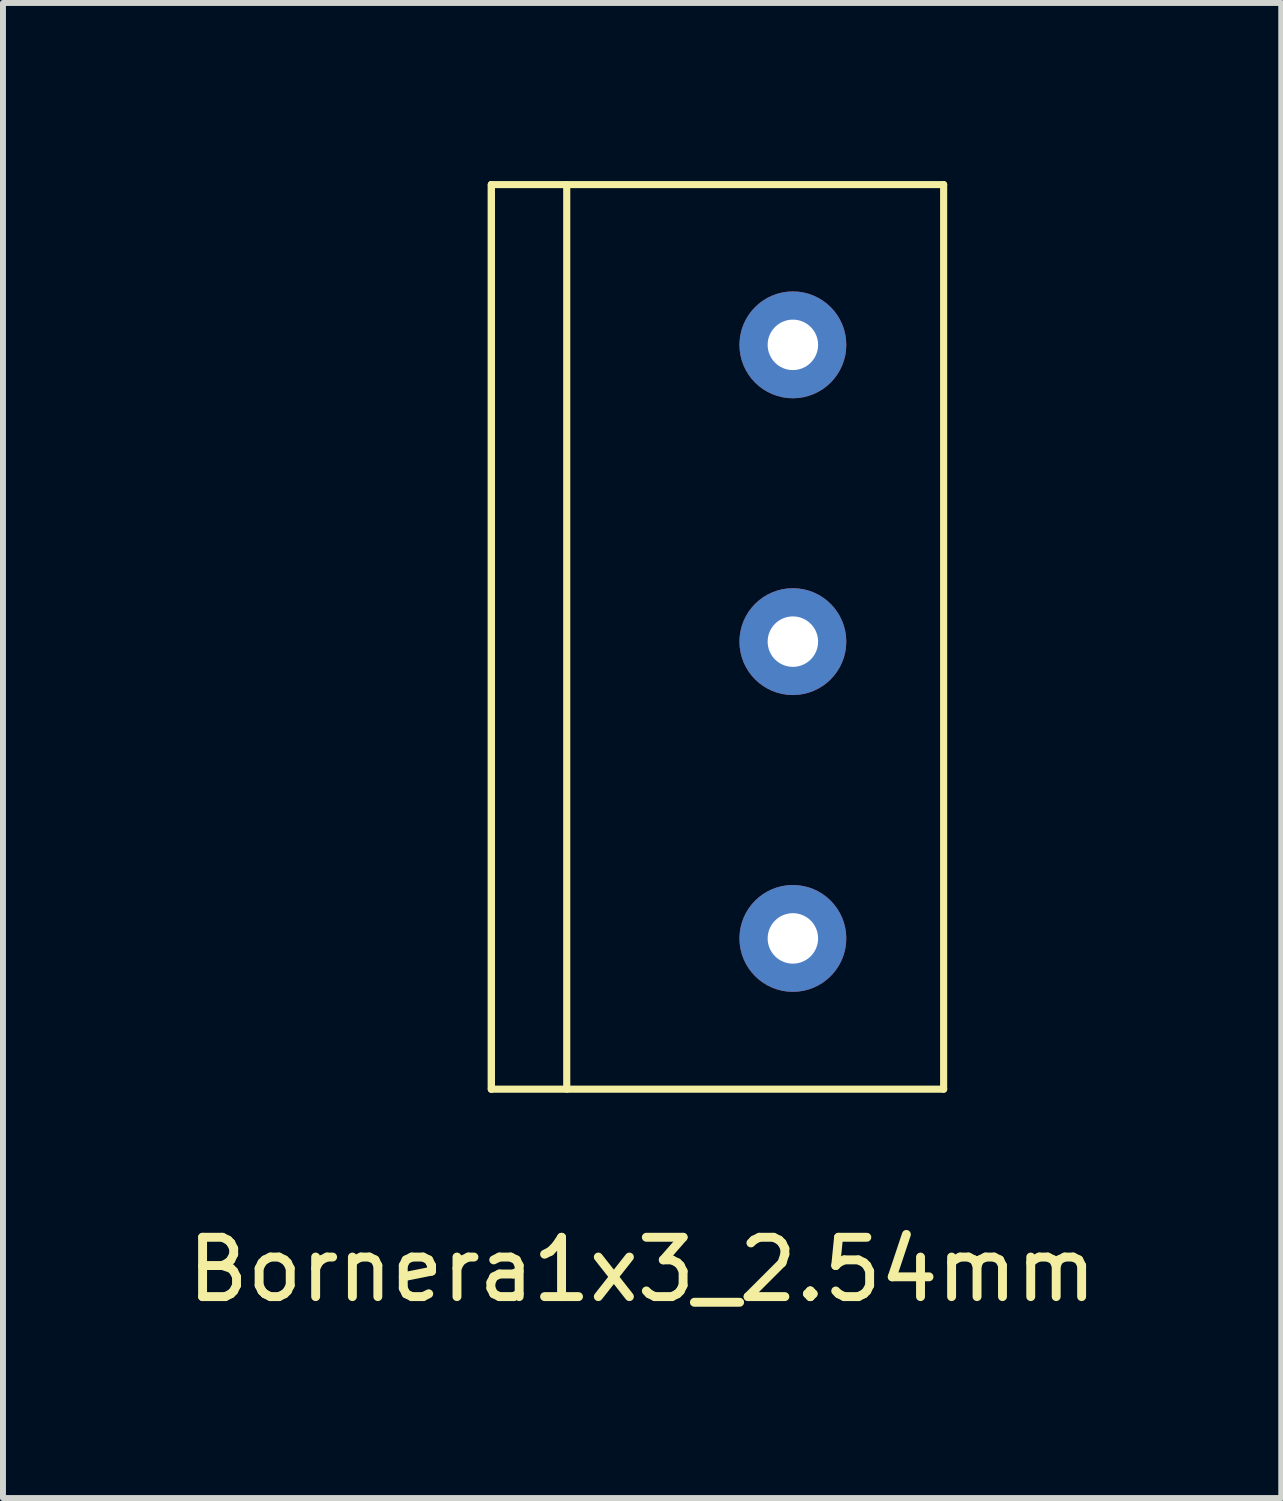
<source format=kicad_pcb>
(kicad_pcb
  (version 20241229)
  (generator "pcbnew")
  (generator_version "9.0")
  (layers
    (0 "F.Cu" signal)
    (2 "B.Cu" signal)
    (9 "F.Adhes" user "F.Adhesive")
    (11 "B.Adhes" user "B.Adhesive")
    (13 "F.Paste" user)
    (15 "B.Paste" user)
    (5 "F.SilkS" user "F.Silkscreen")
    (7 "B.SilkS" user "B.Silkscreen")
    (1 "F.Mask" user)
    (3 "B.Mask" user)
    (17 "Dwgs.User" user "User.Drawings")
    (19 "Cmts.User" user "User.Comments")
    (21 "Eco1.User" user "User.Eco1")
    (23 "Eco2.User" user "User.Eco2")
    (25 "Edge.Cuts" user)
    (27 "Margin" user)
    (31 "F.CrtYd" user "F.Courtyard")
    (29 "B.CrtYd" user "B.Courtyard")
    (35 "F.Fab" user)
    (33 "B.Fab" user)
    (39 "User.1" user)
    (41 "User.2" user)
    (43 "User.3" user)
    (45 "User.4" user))
  (footprint "Bornera1x3_2.54mm"
    (layer "F.Cu")
    (at 10.308 12.76)
    (property "Reference" "Bornera1x3_2.54mm" (at -2.54 5.58 0) (layer "F.SilkS") (effects (font (size 1 1) (thickness 0.15))))
    (attr through_hole)
    (fp_line (start -5.08 -12.7) (end -5.08 2.54) (stroke (width 0.12) (type solid)) (layer "F.SilkS"))
    (fp_line (start -5.08 -12.7) (end -5.08 2.54) (stroke (width 0.12) (type solid)) (layer "F.SilkS"))
    (fp_line (start -5.08 2.54) (end 2.54 2.54) (stroke (width 0.12) (type solid)) (layer "F.SilkS"))
    (fp_line (start -3.81 -12.7) (end -3.81 2.54) (stroke (width 0.12) (type solid)) (layer "F.SilkS"))
    (fp_line (start 2.54 -12.7) (end -5.08 -12.7) (stroke (width 0.12) (type solid)) (layer "F.SilkS"))
    (fp_line (start 2.54 2.54) (end 2.54 -12.7) (stroke (width 0.12) (type solid)) (layer "F.SilkS"))
    (pad "1" thru_hole circle (at 0 0) (size 1.8 1.8) (drill 0.85) (layers "*.Cu" "*.Mask"))
    (pad "2" thru_hole circle (at 0 -5) (size 1.8 1.8) (drill 0.85) (layers "*.Cu" "*.Mask"))
    (pad "3" thru_hole circle (at 0 -10) (size 1.8 1.8) (drill 0.85) (layers "*.Cu" "*.Mask")))
  (gr_rect
    (start -3 -3)
    (end 18.536 22.188)
    (stroke (width 0.1) (type default))
    (fill no)
    (layer "Edge.Cuts")))
</source>
